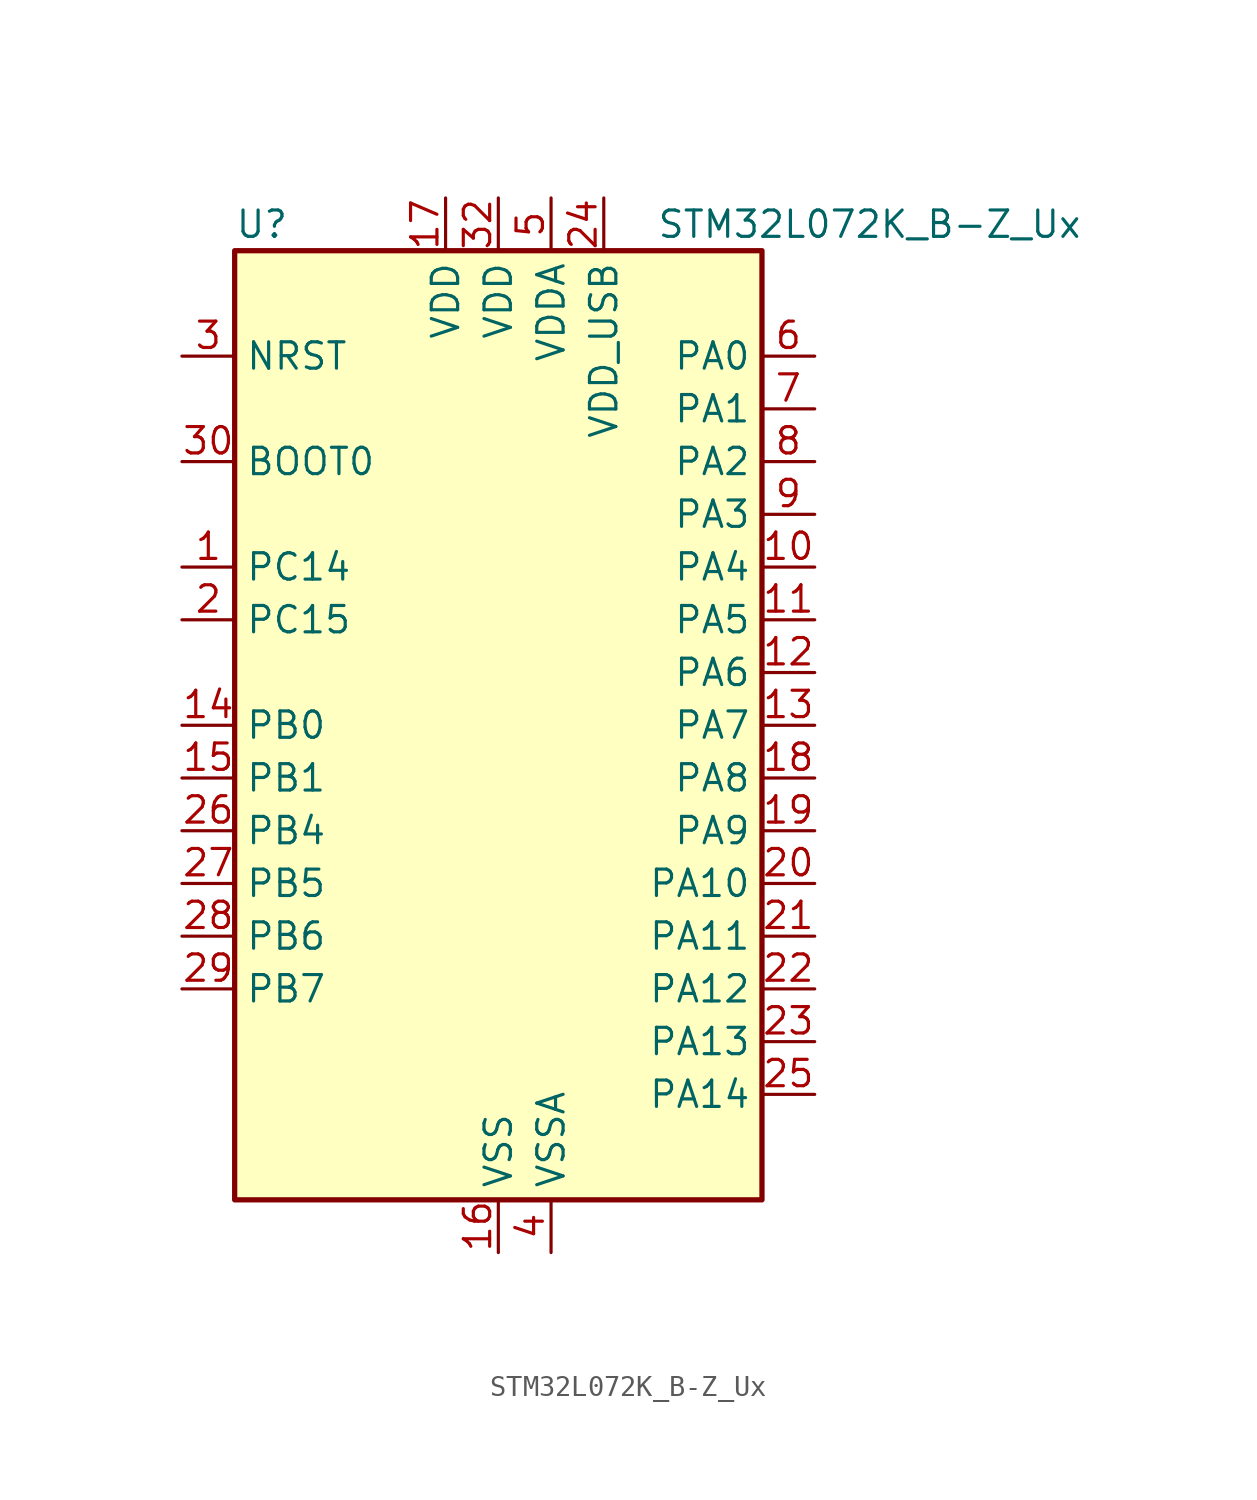
<source format=kicad_sym>
(kicad_symbol_lib
  (version 20241209)
  (generator "kicad_symbol_editor")
  (generator_version "9.0")
  (symbol "STM32L072K_B-Z_Ux"
    (property "Reference" "U"
      (at -12.7 24.13 0)
      (effects (font (size 1.27 1.27)) (justify left)))
    (property "Value" "STM32L072K_B-Z_Ux"
      (at 7.62 24.13 0)
      (effects (font (size 1.27 1.27)) (justify left)))
    (symbol "STM32L072K_B-Z_Ux_0_1"
      (rectangle (start -12.7 -22.86) (end 12.7 22.86) (stroke (width 0.254) (type default)) (fill (type background))))
    (symbol "STM32L072K_B-Z_Ux_1_1"
      (pin input line (at -15.24 17.78 0) (length 2.54) (name "NRST" (effects (font (size 1.27 1.27)))) (number "3" (effects (font (size 1.27 1.27)))))
      (pin input line (at -15.24 12.7 0) (length 2.54) (name "BOOT0" (effects (font (size 1.27 1.27)))) (number "30" (effects (font (size 1.27 1.27)))))
      (pin bidirectional line (at -15.24 7.62 0) (length 2.54) (name "PC14" (effects (font (size 1.27 1.27)))) (number "1" (effects (font (size 1.27 1.27)))) (alternate "RCC_OSC32_IN" bidirectional line))
      (pin bidirectional line (at -15.24 5.08 0) (length 2.54) (name "PC15" (effects (font (size 1.27 1.27)))) (number "2" (effects (font (size 1.27 1.27)))) (alternate "RCC_OSC32_OUT" bidirectional line))
      (pin bidirectional line (at -15.24 0 0) (length 2.54) (name "PB0" (effects (font (size 1.27 1.27)))) (number "14" (effects (font (size 1.27 1.27)))) (alternate "ADC_IN8" bidirectional line) (alternate "SYS_VREF_OUT_PB0" bidirectional line) (alternate "TIM3_CH3" bidirectional line) (alternate "TSC_G3_IO2" bidirectional line))
      (pin bidirectional line (at -15.24 -2.54 0) (length 2.54) (name "PB1" (effects (font (size 1.27 1.27)))) (number "15" (effects (font (size 1.27 1.27)))) (alternate "ADC_IN9" bidirectional line) (alternate "LPUART1_DE" bidirectional line) (alternate "LPUART1_RTS" bidirectional line) (alternate "SYS_VREF_OUT_PB1" bidirectional line) (alternate "TIM3_CH4" bidirectional line) (alternate "TSC_G3_IO3" bidirectional line))
      (pin bidirectional line (at -15.24 -5.08 0) (length 2.54) (name "PB4" (effects (font (size 1.27 1.27)))) (number "26" (effects (font (size 1.27 1.27)))) (alternate "COMP2_INP" bidirectional line) (alternate "I2C3_SDA" bidirectional line) (alternate "SPI1_MISO" bidirectional line) (alternate "TIM22_CH1" bidirectional line) (alternate "TIM3_CH1" bidirectional line) (alternate "TSC_G5_IO2" bidirectional line) (alternate "USART1_CTS" bidirectional line))
      (pin bidirectional line (at -15.24 -7.62 0) (length 2.54) (name "PB5" (effects (font (size 1.27 1.27)))) (number "27" (effects (font (size 1.27 1.27)))) (alternate "COMP2_INP" bidirectional line) (alternate "I2C1_SMBA" bidirectional line) (alternate "LPTIM1_IN1" bidirectional line) (alternate "SPI1_MOSI" bidirectional line) (alternate "TIM22_CH2" bidirectional line) (alternate "TIM3_CH2" bidirectional line) (alternate "USART1_CK" bidirectional line))
      (pin bidirectional line (at -15.24 -10.16 0) (length 2.54) (name "PB6" (effects (font (size 1.27 1.27)))) (number "28" (effects (font (size 1.27 1.27)))) (alternate "COMP2_INP" bidirectional line) (alternate "I2C1_SCL" bidirectional line) (alternate "LPTIM1_ETR" bidirectional line) (alternate "TSC_G5_IO3" bidirectional line) (alternate "USART1_TX" bidirectional line))
      (pin bidirectional line (at -15.24 -12.7 0) (length 2.54) (name "PB7" (effects (font (size 1.27 1.27)))) (number "29" (effects (font (size 1.27 1.27)))) (alternate "COMP2_INP" bidirectional line) (alternate "I2C1_SDA" bidirectional line) (alternate "LPTIM1_IN2" bidirectional line) (alternate "SYS_PVD_IN" bidirectional line) (alternate "TSC_G5_IO4" bidirectional line) (alternate "USART1_RX" bidirectional line) (alternate "USART4_CTS" bidirectional line))
      (pin power_in line (at -2.54 25.4 270) (length 2.54) (name "VDD" (effects (font (size 1.27 1.27)))) (number "17" (effects (font (size 1.27 1.27)))))
      (pin power_in line (at 0 25.4 270) (length 2.54) (name "VDD" (effects (font (size 1.27 1.27)))) (number "32" (effects (font (size 1.27 1.27)))))
      (pin power_in line (at 0 -25.4 90) (length 2.54) (name "VSS" (effects (font (size 1.27 1.27)))) (number "16" (effects (font (size 1.27 1.27)))))
      (pin passive line (at 0 -25.4 90) (length 2.54) (hide yes) (name "VSS" (effects (font (size 1.27 1.27)))) (number "31" (effects (font (size 1.27 1.27)))))
      (pin passive line (at 0 -25.4 90) (length 2.54) (hide yes) (name "VSS" (effects (font (size 1.27 1.27)))) (number "33" (effects (font (size 1.27 1.27)))))
      (pin power_in line (at 2.54 25.4 270) (length 2.54) (name "VDDA" (effects (font (size 1.27 1.27)))) (number "5" (effects (font (size 1.27 1.27)))))
      (pin power_in line (at 2.54 -25.4 90) (length 2.54) (name "VSSA" (effects (font (size 1.27 1.27)))) (number "4" (effects (font (size 1.27 1.27)))))
      (pin power_in line (at 5.08 25.4 270) (length 2.54) (name "VDD_USB" (effects (font (size 1.27 1.27)))) (number "24" (effects (font (size 1.27 1.27)))))
      (pin bidirectional line (at 15.24 17.78 180) (length 2.54) (name "PA0" (effects (font (size 1.27 1.27)))) (number "6" (effects (font (size 1.27 1.27)))) (alternate "ADC_IN0" bidirectional line) (alternate "COMP1_INM" bidirectional line) (alternate "COMP1_OUT" bidirectional line) (alternate "RTC_TAMP2" bidirectional line) (alternate "SYS_WKUP1" bidirectional line) (alternate "TIM2_CH1" bidirectional line) (alternate "TIM2_ETR" bidirectional line) (alternate "TSC_G1_IO1" bidirectional line) (alternate "USART2_CTS" bidirectional line) (alternate "USART4_TX" bidirectional line))
      (pin bidirectional line (at 15.24 15.24 180) (length 2.54) (name "PA1" (effects (font (size 1.27 1.27)))) (number "7" (effects (font (size 1.27 1.27)))) (alternate "ADC_IN1" bidirectional line) (alternate "COMP1_INP" bidirectional line) (alternate "TIM21_ETR" bidirectional line) (alternate "TIM2_CH2" bidirectional line) (alternate "TSC_G1_IO2" bidirectional line) (alternate "USART2_DE" bidirectional line) (alternate "USART2_RTS" bidirectional line) (alternate "USART4_RX" bidirectional line))
      (pin bidirectional line (at 15.24 12.7 180) (length 2.54) (name "PA2" (effects (font (size 1.27 1.27)))) (number "8" (effects (font (size 1.27 1.27)))) (alternate "ADC_IN2" bidirectional line) (alternate "COMP2_INM" bidirectional line) (alternate "COMP2_OUT" bidirectional line) (alternate "LPUART1_TX" bidirectional line) (alternate "TIM21_CH1" bidirectional line) (alternate "TIM2_CH3" bidirectional line) (alternate "TSC_G1_IO3" bidirectional line) (alternate "USART2_TX" bidirectional line))
      (pin bidirectional line (at 15.24 10.16 180) (length 2.54) (name "PA3" (effects (font (size 1.27 1.27)))) (number "9" (effects (font (size 1.27 1.27)))) (alternate "ADC_IN3" bidirectional line) (alternate "COMP2_INP" bidirectional line) (alternate "LPUART1_RX" bidirectional line) (alternate "TIM21_CH2" bidirectional line) (alternate "TIM2_CH4" bidirectional line) (alternate "TSC_G1_IO4" bidirectional line) (alternate "USART2_RX" bidirectional line))
      (pin bidirectional line (at 15.24 7.62 180) (length 2.54) (name "PA4" (effects (font (size 1.27 1.27)))) (number "10" (effects (font (size 1.27 1.27)))) (alternate "ADC_IN4" bidirectional line) (alternate "COMP1_INM" bidirectional line) (alternate "COMP2_INM" bidirectional line) (alternate "DAC_OUT1" bidirectional line) (alternate "SPI1_NSS" bidirectional line) (alternate "TIM22_ETR" bidirectional line) (alternate "TSC_G2_IO1" bidirectional line) (alternate "USART2_CK" bidirectional line))
      (pin bidirectional line (at 15.24 5.08 180) (length 2.54) (name "PA5" (effects (font (size 1.27 1.27)))) (number "11" (effects (font (size 1.27 1.27)))) (alternate "ADC_IN5" bidirectional line) (alternate "COMP1_INM" bidirectional line) (alternate "COMP2_INM" bidirectional line) (alternate "DAC_OUT2" bidirectional line) (alternate "SPI1_SCK" bidirectional line) (alternate "TIM2_CH1" bidirectional line) (alternate "TIM2_ETR" bidirectional line) (alternate "TSC_G2_IO2" bidirectional line))
      (pin bidirectional line (at 15.24 2.54 180) (length 2.54) (name "PA6" (effects (font (size 1.27 1.27)))) (number "12" (effects (font (size 1.27 1.27)))) (alternate "ADC_IN6" bidirectional line) (alternate "COMP1_OUT" bidirectional line) (alternate "LPUART1_CTS" bidirectional line) (alternate "SPI1_MISO" bidirectional line) (alternate "TIM22_CH1" bidirectional line) (alternate "TIM3_CH1" bidirectional line) (alternate "TSC_G2_IO3" bidirectional line))
      (pin bidirectional line (at 15.24 0 180) (length 2.54) (name "PA7" (effects (font (size 1.27 1.27)))) (number "13" (effects (font (size 1.27 1.27)))) (alternate "ADC_IN7" bidirectional line) (alternate "COMP2_OUT" bidirectional line) (alternate "SPI1_MOSI" bidirectional line) (alternate "TIM22_CH2" bidirectional line) (alternate "TIM3_CH2" bidirectional line) (alternate "TSC_G2_IO4" bidirectional line))
      (pin bidirectional line (at 15.24 -2.54 180) (length 2.54) (name "PA8" (effects (font (size 1.27 1.27)))) (number "18" (effects (font (size 1.27 1.27)))) (alternate "CRS_SYNC" bidirectional line) (alternate "I2C3_SCL" bidirectional line) (alternate "RCC_MCO" bidirectional line) (alternate "USART1_CK" bidirectional line))
      (pin bidirectional line (at 15.24 -5.08 180) (length 2.54) (name "PA9" (effects (font (size 1.27 1.27)))) (number "19" (effects (font (size 1.27 1.27)))) (alternate "DAC_EXTI9" bidirectional line) (alternate "I2C1_SCL" bidirectional line) (alternate "I2C3_SMBA" bidirectional line) (alternate "RCC_MCO" bidirectional line) (alternate "TSC_G4_IO1" bidirectional line) (alternate "USART1_TX" bidirectional line))
      (pin bidirectional line (at 15.24 -7.62 180) (length 2.54) (name "PA10" (effects (font (size 1.27 1.27)))) (number "20" (effects (font (size 1.27 1.27)))) (alternate "I2C1_SDA" bidirectional line) (alternate "TSC_G4_IO2" bidirectional line) (alternate "USART1_RX" bidirectional line))
      (pin bidirectional line (at 15.24 -10.16 180) (length 2.54) (name "PA11" (effects (font (size 1.27 1.27)))) (number "21" (effects (font (size 1.27 1.27)))) (alternate "ADC_EXTI11" bidirectional line) (alternate "COMP1_OUT" bidirectional line) (alternate "SPI1_MISO" bidirectional line) (alternate "TSC_G4_IO3" bidirectional line) (alternate "USART1_CTS" bidirectional line) (alternate "USB_DM" bidirectional line))
      (pin bidirectional line (at 15.24 -12.7 180) (length 2.54) (name "PA12" (effects (font (size 1.27 1.27)))) (number "22" (effects (font (size 1.27 1.27)))) (alternate "COMP2_OUT" bidirectional line) (alternate "SPI1_MOSI" bidirectional line) (alternate "TSC_G4_IO4" bidirectional line) (alternate "USART1_DE" bidirectional line) (alternate "USART1_RTS" bidirectional line) (alternate "USB_DP" bidirectional line))
      (pin bidirectional line (at 15.24 -15.24 180) (length 2.54) (name "PA13" (effects (font (size 1.27 1.27)))) (number "23" (effects (font (size 1.27 1.27)))) (alternate "LPUART1_RX" bidirectional line) (alternate "SYS_SWDIO" bidirectional line) (alternate "USB_NOE" bidirectional line))
      (pin bidirectional line (at 15.24 -17.78 180) (length 2.54) (name "PA14" (effects (font (size 1.27 1.27)))) (number "25" (effects (font (size 1.27 1.27)))) (alternate "LPUART1_TX" bidirectional line) (alternate "SYS_SWCLK" bidirectional line) (alternate "USART2_TX" bidirectional line)))))
</source>
